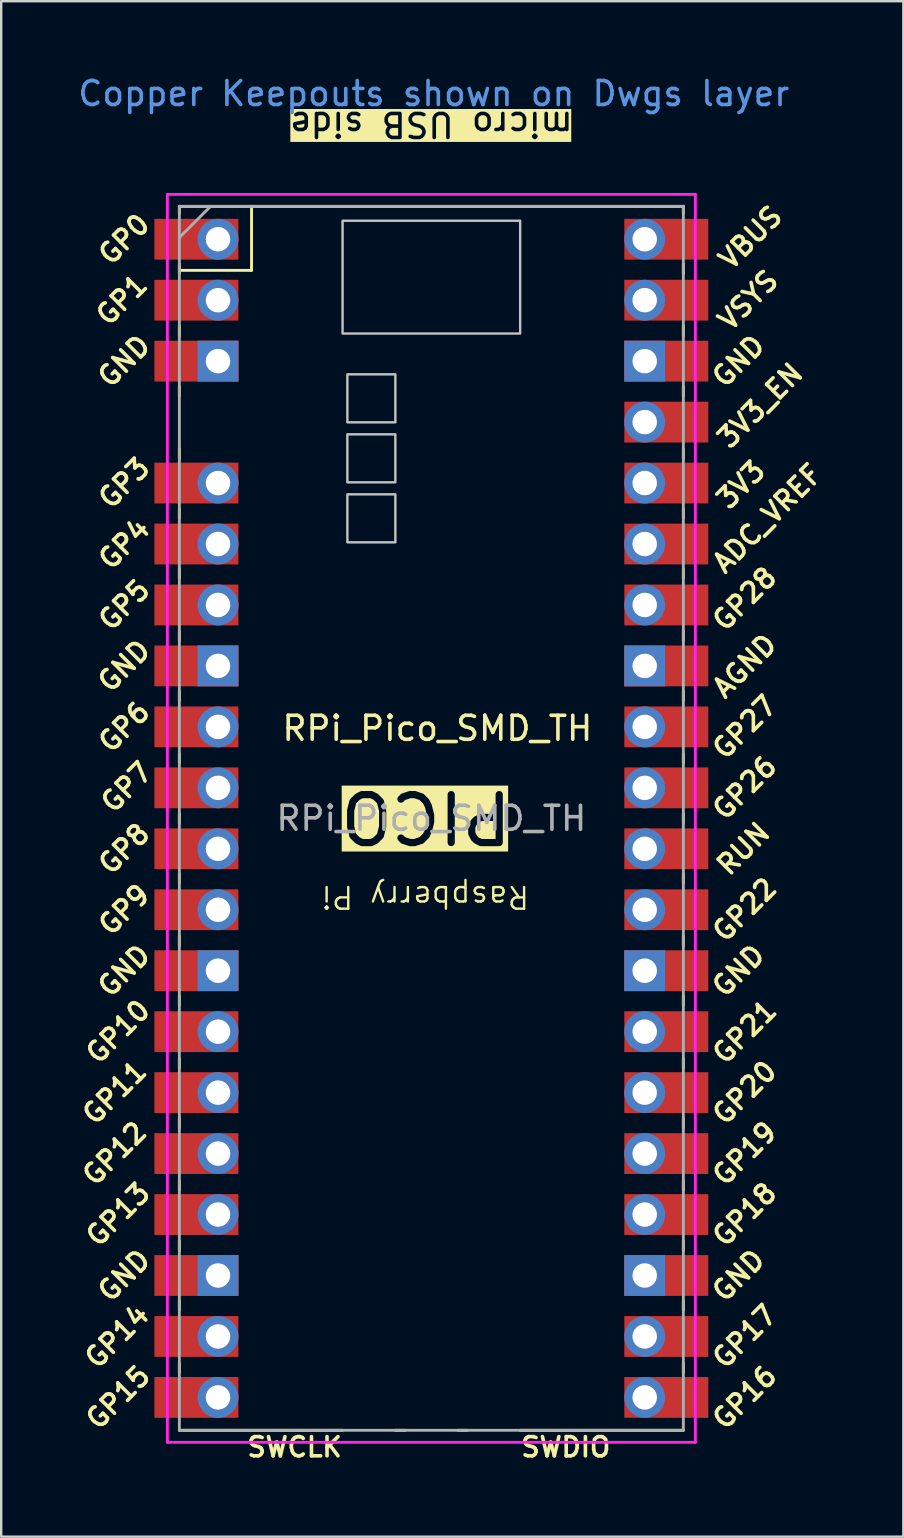
<source format=kicad_pcb>
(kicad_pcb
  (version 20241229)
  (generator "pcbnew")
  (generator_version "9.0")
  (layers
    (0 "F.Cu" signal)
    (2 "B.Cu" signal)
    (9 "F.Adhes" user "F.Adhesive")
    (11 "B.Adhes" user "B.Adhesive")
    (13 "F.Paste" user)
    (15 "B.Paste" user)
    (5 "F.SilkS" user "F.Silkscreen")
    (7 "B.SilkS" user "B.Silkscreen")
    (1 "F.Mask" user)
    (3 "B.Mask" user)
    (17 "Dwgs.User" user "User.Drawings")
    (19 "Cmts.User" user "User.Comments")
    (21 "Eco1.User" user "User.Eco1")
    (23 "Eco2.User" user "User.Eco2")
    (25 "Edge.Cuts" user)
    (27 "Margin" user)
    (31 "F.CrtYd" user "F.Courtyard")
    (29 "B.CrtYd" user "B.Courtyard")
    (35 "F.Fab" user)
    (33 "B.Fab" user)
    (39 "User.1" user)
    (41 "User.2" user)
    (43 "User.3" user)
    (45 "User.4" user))
  (footprint "RPi_Pico_SMD_TH"
    (layer "F.Cu")
    (at 14.924 31.048)
    (property "Reference" "RPi_Pico_SMD_TH" (at 0.25 -3.75 180) (layer "F.SilkS") (effects (font (size 1 1) (thickness 0.15))))
    (attr through_hole)
    (fp_line (start -10.5 -25.5) (end -10.5 -25.2) (stroke (width 0.12) (type solid)) (layer "F.SilkS"))
    (fp_line (start -10.5 -25.5) (end 10.5 -25.5) (stroke (width 0.12) (type solid)) (layer "F.SilkS"))
    (fp_line (start -10.5 -23.1) (end -10.5 -22.7) (stroke (width 0.12) (type solid)) (layer "F.SilkS"))
    (fp_line (start -10.5 -22.833) (end -7.493 -22.833) (stroke (width 0.12) (type solid)) (layer "F.SilkS"))
    (fp_line (start -10.5 -20.5) (end -10.5 -20.1) (stroke (width 0.12) (type solid)) (layer "F.SilkS"))
    (fp_line (start -10.5 -18) (end -10.5 -17.6) (stroke (width 0.12) (type solid)) (layer "F.SilkS"))
    (fp_line (start -10.5 -15.4) (end -10.5 -15) (stroke (width 0.12) (type solid)) (layer "F.SilkS"))
    (fp_line (start -10.5 -12.9) (end -10.5 -12.5) (stroke (width 0.12) (type solid)) (layer "F.SilkS"))
    (fp_line (start -10.5 -10.4) (end -10.5 -10) (stroke (width 0.12) (type solid)) (layer "F.SilkS"))
    (fp_line (start -10.5 -7.8) (end -10.5 -7.4) (stroke (width 0.12) (type solid)) (layer "F.SilkS"))
    (fp_line (start -10.5 -5.3) (end -10.5 -4.9) (stroke (width 0.12) (type solid)) (layer "F.SilkS"))
    (fp_line (start -10.5 -2.7) (end -10.5 -2.3) (stroke (width 0.12) (type solid)) (layer "F.SilkS"))
    (fp_line (start -10.5 -0.2) (end -10.5 0.2) (stroke (width 0.12) (type solid)) (layer "F.SilkS"))
    (fp_line (start -10.5 2.3) (end -10.5 2.7) (stroke (width 0.12) (type solid)) (layer "F.SilkS"))
    (fp_line (start -10.5 4.9) (end -10.5 5.3) (stroke (width 0.12) (type solid)) (layer "F.SilkS"))
    (fp_line (start -10.5 7.4) (end -10.5 7.8) (stroke (width 0.12) (type solid)) (layer "F.SilkS"))
    (fp_line (start -10.5 10) (end -10.5 10.4) (stroke (width 0.12) (type solid)) (layer "F.SilkS"))
    (fp_line (start -10.5 12.5) (end -10.5 12.9) (stroke (width 0.12) (type solid)) (layer "F.SilkS"))
    (fp_line (start -10.5 15.1) (end -10.5 15.5) (stroke (width 0.12) (type solid)) (layer "F.SilkS"))
    (fp_line (start -10.5 17.6) (end -10.5 18) (stroke (width 0.12) (type solid)) (layer "F.SilkS"))
    (fp_line (start -10.5 20.1) (end -10.5 20.5) (stroke (width 0.12) (type solid)) (layer "F.SilkS"))
    (fp_line (start -10.5 22.7) (end -10.5 23.1) (stroke (width 0.12) (type solid)) (layer "F.SilkS"))
    (fp_line (start -7.493 -22.833) (end -7.493 -25.5) (stroke (width 0.12) (type solid)) (layer "F.SilkS"))
    (fp_line (start -3.7 25.5) (end -10.5 25.5) (stroke (width 0.12) (type solid)) (layer "F.SilkS"))
    (fp_line (start -1.5 25.5) (end -1.1 25.5) (stroke (width 0.12) (type solid)) (layer "F.SilkS"))
    (fp_line (start 1.1 25.5) (end 1.5 25.5) (stroke (width 0.12) (type solid)) (layer "F.SilkS"))
    (fp_line (start 10.5 -25.5) (end 10.5 -25.2) (stroke (width 0.12) (type solid)) (layer "F.SilkS"))
    (fp_line (start 10.5 -23.1) (end 10.5 -22.7) (stroke (width 0.12) (type solid)) (layer "F.SilkS"))
    (fp_line (start 10.5 -20.5) (end 10.5 -20.1) (stroke (width 0.12) (type solid)) (layer "F.SilkS"))
    (fp_line (start 10.5 -18) (end 10.5 -17.6) (stroke (width 0.12) (type solid)) (layer "F.SilkS"))
    (fp_line (start 10.5 -15.4) (end 10.5 -15) (stroke (width 0.12) (type solid)) (layer "F.SilkS"))
    (fp_line (start 10.5 -12.9) (end 10.5 -12.5) (stroke (width 0.12) (type solid)) (layer "F.SilkS"))
    (fp_line (start 10.5 -10.4) (end 10.5 -10) (stroke (width 0.12) (type solid)) (layer "F.SilkS"))
    (fp_line (start 10.5 -7.8) (end 10.5 -7.4) (stroke (width 0.12) (type solid)) (layer "F.SilkS"))
    (fp_line (start 10.5 -5.3) (end 10.5 -4.9) (stroke (width 0.12) (type solid)) (layer "F.SilkS"))
    (fp_line (start 10.5 -2.7) (end 10.5 -2.3) (stroke (width 0.12) (type solid)) (layer "F.SilkS"))
    (fp_line (start 10.5 -0.2) (end 10.5 0.2) (stroke (width 0.12) (type solid)) (layer "F.SilkS"))
    (fp_line (start 10.5 2.3) (end 10.5 2.7) (stroke (width 0.12) (type solid)) (layer "F.SilkS"))
    (fp_line (start 10.5 4.9) (end 10.5 5.3) (stroke (width 0.12) (type solid)) (layer "F.SilkS"))
    (fp_line (start 10.5 7.4) (end 10.5 7.8) (stroke (width 0.12) (type solid)) (layer "F.SilkS"))
    (fp_line (start 10.5 10) (end 10.5 10.4) (stroke (width 0.12) (type solid)) (layer "F.SilkS"))
    (fp_line (start 10.5 12.5) (end 10.5 12.9) (stroke (width 0.12) (type solid)) (layer "F.SilkS"))
    (fp_line (start 10.5 15.1) (end 10.5 15.5) (stroke (width 0.12) (type solid)) (layer "F.SilkS"))
    (fp_line (start 10.5 17.6) (end 10.5 18) (stroke (width 0.12) (type solid)) (layer "F.SilkS"))
    (fp_line (start 10.5 20.1) (end 10.5 20.5) (stroke (width 0.12) (type solid)) (layer "F.SilkS"))
    (fp_line (start 10.5 22.7) (end 10.5 23.1) (stroke (width 0.12) (type solid)) (layer "F.SilkS"))
    (fp_line (start 10.5 25.5) (end 3.7 25.5) (stroke (width 0.12) (type solid)) (layer "F.SilkS"))
    (fp_poly (pts (xy -1.5 -16.5) (xy -3.5 -16.5) (xy -3.5 -18.5) (xy -1.5 -18.5)) (stroke (width 0.1) (type solid)) (fill no) (layer "Dwgs.User"))
    (fp_poly (pts (xy -1.5 -14) (xy -3.5 -14) (xy -3.5 -16) (xy -1.5 -16)) (stroke (width 0.1) (type solid)) (fill no) (layer "Dwgs.User"))
    (fp_poly (pts (xy -1.5 -11.5) (xy -3.5 -11.5) (xy -3.5 -13.5) (xy -1.5 -13.5)) (stroke (width 0.1) (type solid)) (fill no) (layer "Dwgs.User"))
    (fp_poly (pts (xy 3.7 -20.2) (xy -3.7 -20.2) (xy -3.7 -24.9) (xy 3.7 -24.9)) (stroke (width 0.1) (type solid)) (fill no) (layer "Dwgs.User"))
    (fp_line (start -11 -26) (end 11 -26) (stroke (width 0.12) (type solid)) (layer "F.CrtYd"))
    (fp_line (start -11 26) (end -11 -26) (stroke (width 0.12) (type solid)) (layer "F.CrtYd"))
    (fp_line (start 11 -26) (end 11 26) (stroke (width 0.12) (type solid)) (layer "F.CrtYd"))
    (fp_line (start 11 26) (end -11 26) (stroke (width 0.12) (type solid)) (layer "F.CrtYd"))
    (fp_line (start -10.5 -25.5) (end 10.5 -25.5) (stroke (width 0.12) (type solid)) (layer "F.Fab"))
    (fp_line (start -10.5 -24.2) (end -9.2 -25.5) (stroke (width 0.12) (type solid)) (layer "F.Fab"))
    (fp_line (start -10.5 25.5) (end -10.5 -25.5) (stroke (width 0.12) (type solid)) (layer "F.Fab"))
    (fp_line (start 10.5 -25.5) (end 10.5 25.5) (stroke (width 0.12) (type solid)) (layer "F.Fab"))
    (fp_line (start 10.5 25.5) (end -10.5 25.5) (stroke (width 0.12) (type solid)) (layer "F.Fab"))
    (fp_text user "GP26" (at 13.054 -1.27 45) (layer "F.SilkS") (effects (font (size 0.8 0.8) (thickness 0.15))))
    (fp_text user "GP15" (at -13.054 24.13 45) (layer "F.SilkS") (effects (font (size 0.8 0.8) (thickness 0.15))))
    (fp_text user "AGND" (at 13.054 -6.35 45) (layer "F.SilkS") (effects (font (size 0.8 0.8) (thickness 0.15))))
    (fp_text user "VBUS" (at 13.3 -24.2 45) (layer "F.SilkS") (effects (font (size 0.8 0.8) (thickness 0.15))))
    (fp_text user "Raspberry Pi" (at -0.25 2.75 180) (unlocked yes) (layer "F.SilkS") (effects (font (size 0.9 0.9) (thickness 0.1)) (justify bottom)))
    (fp_text user "GP11" (at -13.2 11.43 45) (layer "F.SilkS") (effects (font (size 0.8 0.8) (thickness 0.15))))
    (fp_text user "GP10" (at -13.054 8.89 45) (layer "F.SilkS") (effects (font (size 0.8 0.8) (thickness 0.15))))
    (fp_text user "GND" (at -12.8 -6.35 45) (layer "F.SilkS") (effects (font (size 0.8 0.8) (thickness 0.15))))
    (fp_text user "3V3_EN" (at 13.7 -17.2 45) (layer "F.SilkS") (effects (font (size 0.8 0.8) (thickness 0.15))))
    (fp_text user "GP27" (at 13.054 -3.8 45) (layer "F.SilkS") (effects (font (size 0.8 0.8) (thickness 0.15))))
    (fp_text user "VSYS" (at 13.2 -21.59 45) (layer "F.SilkS") (effects (font (size 0.8 0.8) (thickness 0.15))))
    (fp_text user "GP6" (at -12.8 -3.81 45) (layer "F.SilkS") (effects (font (size 0.8 0.8) (thickness 0.15))))
    (fp_text user "GP20" (at 13.054 11.43 45) (layer "F.SilkS") (effects (font (size 0.8 0.8) (thickness 0.15))))
    (fp_text user "GND" (at -12.8 -19.05 45) (layer "F.SilkS") (effects (font (size 0.8 0.8) (thickness 0.15))))
    (fp_text user "GP9" (at -12.8 3.81 45) (layer "F.SilkS") (effects (font (size 0.8 0.8) (thickness 0.15))))
    (fp_text user "PICO" (at 3.5 -1.25 180) (unlocked yes) (layer "F.SilkS" knockout) (effects (font (size 2 2) (thickness 0.3)) (justify left bottom)))
    (fp_text user "micro USB side" (at 0 -29.5 180) (unlocked yes) (layer "F.SilkS" knockout) (effects (font (size 1 1) (thickness 0.15)) (justify bottom)))
    (fp_text user "GP13" (at -13.054 16.51 45) (layer "F.SilkS") (effects (font (size 0.8 0.8) (thickness 0.15))))
    (fp_text user "GP8" (at -12.8 1.27 45) (layer "F.SilkS") (effects (font (size 0.8 0.8) (thickness 0.15))))
    (fp_text user "RUN" (at 13 1.27 45) (layer "F.SilkS") (effects (font (size 0.8 0.8) (thickness 0.15))))
    (fp_text user "ADC_VREF" (at 14 -12.5 45) (layer "F.SilkS") (effects (font (size 0.8 0.8) (thickness 0.15))))
    (fp_text user "GND" (at 12.8 6.35 45) (layer "F.SilkS") (effects (font (size 0.8 0.8) (thickness 0.15))))
    (fp_text user "GP7" (at -12.7 -1.3 45) (layer "F.SilkS") (effects (font (size 0.8 0.8) (thickness 0.15))))
    (fp_text user "GP17" (at 13.054 21.59 45) (layer "F.SilkS") (effects (font (size 0.8 0.8) (thickness 0.15))))
    (fp_text user "GP18" (at 13.054 16.51 45) (layer "F.SilkS") (effects (font (size 0.8 0.8) (thickness 0.15))))
    (fp_text user "GP14" (at -13.1 21.59 45) (layer "F.SilkS") (effects (font (size 0.8 0.8) (thickness 0.15))))
    (fp_text user "GND" (at -12.8 19.05 45) (layer "F.SilkS") (effects (font (size 0.8 0.8) (thickness 0.15))))
    (fp_text user "GP16" (at 13.054 24.13 45) (layer "F.SilkS") (effects (font (size 0.8 0.8) (thickness 0.15))))
    (fp_text user "GP21" (at 13.054 8.9 45) (layer "F.SilkS") (effects (font (size 0.8 0.8) (thickness 0.15))))
    (fp_text user "GND" (at -12.8 6.35 45) (layer "F.SilkS") (effects (font (size 0.8 0.8) (thickness 0.15))))
    (fp_text user "GP1" (at -12.9 -21.6 45) (layer "F.SilkS") (effects (font (size 0.8 0.8) (thickness 0.15))))
    (fp_text user "GP19" (at 13.054 13.97 45) (layer "F.SilkS") (effects (font (size 0.8 0.8) (thickness 0.15))))
    (fp_text user "GP3" (at -12.8 -13.97 45) (layer "F.SilkS") (effects (font (size 0.8 0.8) (thickness 0.15))))
    (fp_text user "GP0" (at -12.8 -24.13 45) (layer "F.SilkS") (effects (font (size 0.8 0.8) (thickness 0.15))))
    (fp_text user "GP5" (at -12.8 -8.89 45) (layer "F.SilkS") (effects (font (size 0.8 0.8) (thickness 0.15))))
    (fp_text user "3V3" (at 12.9 -13.9 45) (layer "F.SilkS") (effects (font (size 0.8 0.8) (thickness 0.15))))
    (fp_text user "GP12" (at -13.2 13.97 45) (layer "F.SilkS") (effects (font (size 0.8 0.8) (thickness 0.15))))
    (fp_text user "SWCLK" (at -5.7 26.2 0) (layer "F.SilkS") (effects (font (size 0.8 0.8) (thickness 0.15))))
    (fp_text user "GP28" (at 13.054 -9.144 45) (layer "F.SilkS") (effects (font (size 0.8 0.8) (thickness 0.15))))
    (fp_text user "SWDIO" (at 5.6 26.2 0) (layer "F.SilkS") (effects (font (size 0.8 0.8) (thickness 0.15))))
    (fp_text user "GP4" (at -12.8 -11.43 45) (layer "F.SilkS") (effects (font (size 0.8 0.8) (thickness 0.15))))
    (fp_text user "GND" (at 12.8 19.05 45) (layer "F.SilkS") (effects (font (size 0.8 0.8) (thickness 0.15))))
    (fp_text user "GND" (at 12.8 -19.05 45) (layer "F.SilkS") (effects (font (size 0.8 0.8) (thickness 0.15))))
    (fp_text user "GP22" (at 13.054 3.81 45) (layer "F.SilkS") (effects (font (size 0.8 0.8) (thickness 0.15))))
    (fp_text user "Copper Keepouts shown on Dwgs layer" (at 0.1 -30.2 0) (layer "Cmts.User") (effects (font (size 1 1) (thickness 0.15))))
    (fp_text user "${REFERENCE}" (at 0 0 180) (layer "F.Fab") (effects (font (size 1 1) (thickness 0.15))))
    (pad "1" thru_hole oval (at -8.89 -24.13) (size 1.7 1.7) (drill 1.02) (layers "*.Cu" "*.Mask"))
    (pad "1" smd rect (at -8.89 -24.13) (size 3.5 1.7) (drill (offset -0.9 0)) (layers "F.Cu" "F.Mask"))
    (pad "2" thru_hole oval (at -8.89 -21.59) (size 1.7 1.7) (drill 1.02) (layers "*.Cu" "*.Mask"))
    (pad "2" smd rect (at -8.89 -21.59) (size 3.5 1.7) (drill (offset -0.9 0)) (layers "F.Cu" "F.Mask"))
    (pad "3" thru_hole rect (at -8.89 -19.05) (size 1.7 1.7) (drill 1.02) (layers "*.Cu" "*.Mask"))
    (pad "3" smd rect (at -8.89 -19.05) (size 3.5 1.7) (drill (offset -0.9 0)) (layers "F.Cu" "F.Mask"))
    (pad "5" thru_hole oval (at -8.89 -13.97) (size 1.7 1.7) (drill 1.02) (layers "*.Cu" "*.Mask"))
    (pad "5" smd rect (at -8.89 -13.97) (size 3.5 1.7) (drill (offset -0.9 0)) (layers "F.Cu" "F.Mask"))
    (pad "6" thru_hole oval (at -8.89 -11.43) (size 1.7 1.7) (drill 1.02) (layers "*.Cu" "*.Mask"))
    (pad "6" smd rect (at -8.89 -11.43) (size 3.5 1.7) (drill (offset -0.9 0)) (layers "F.Cu" "F.Mask"))
    (pad "7" thru_hole oval (at -8.89 -8.89) (size 1.7 1.7) (drill 1.02) (layers "*.Cu" "*.Mask"))
    (pad "7" smd rect (at -8.89 -8.89) (size 3.5 1.7) (drill (offset -0.9 0)) (layers "F.Cu" "F.Mask"))
    (pad "8" thru_hole rect (at -8.89 -6.35) (size 1.7 1.7) (drill 1.02) (layers "*.Cu" "*.Mask"))
    (pad "8" smd rect (at -8.89 -6.35) (size 3.5 1.7) (drill (offset -0.9 0)) (layers "F.Cu" "F.Mask"))
    (pad "9" thru_hole oval (at -8.89 -3.81) (size 1.7 1.7) (drill 1.02) (layers "*.Cu" "*.Mask"))
    (pad "9" smd rect (at -8.89 -3.81) (size 3.5 1.7) (drill (offset -0.9 0)) (layers "F.Cu" "F.Mask"))
    (pad "10" thru_hole oval (at -8.89 -1.27) (size 1.7 1.7) (drill 1.02) (layers "*.Cu" "*.Mask"))
    (pad "10" smd rect (at -8.89 -1.27) (size 3.5 1.7) (drill (offset -0.9 0)) (layers "F.Cu" "F.Mask"))
    (pad "11" thru_hole oval (at -8.89 1.27) (size 1.7 1.7) (drill 1.02) (layers "*.Cu" "*.Mask"))
    (pad "11" smd rect (at -8.89 1.27) (size 3.5 1.7) (drill (offset -0.9 0)) (layers "F.Cu" "F.Mask"))
    (pad "12" thru_hole oval (at -8.89 3.81) (size 1.7 1.7) (drill 1.02) (layers "*.Cu" "*.Mask"))
    (pad "12" smd rect (at -8.89 3.81) (size 3.5 1.7) (drill (offset -0.9 0)) (layers "F.Cu" "F.Mask"))
    (pad "13" thru_hole rect (at -8.89 6.35) (size 1.7 1.7) (drill 1.02) (layers "*.Cu" "*.Mask"))
    (pad "13" smd rect (at -8.89 6.35) (size 3.5 1.7) (drill (offset -0.9 0)) (layers "F.Cu" "F.Mask"))
    (pad "14" thru_hole oval (at -8.89 8.89) (size 1.7 1.7) (drill 1.02) (layers "*.Cu" "*.Mask"))
    (pad "14" smd rect (at -8.89 8.89) (size 3.5 1.7) (drill (offset -0.9 0)) (layers "F.Cu" "F.Mask"))
    (pad "15" thru_hole oval (at -8.89 11.43) (size 1.7 1.7) (drill 1.02) (layers "*.Cu" "*.Mask"))
    (pad "15" smd rect (at -8.89 11.43) (size 3.5 1.7) (drill (offset -0.9 0)) (layers "F.Cu" "F.Mask"))
    (pad "16" thru_hole oval (at -8.89 13.97) (size 1.7 1.7) (drill 1.02) (layers "*.Cu" "*.Mask"))
    (pad "16" smd rect (at -8.89 13.97) (size 3.5 1.7) (drill (offset -0.9 0)) (layers "F.Cu" "F.Mask"))
    (pad "17" thru_hole oval (at -8.89 16.51) (size 1.7 1.7) (drill 1.02) (layers "*.Cu" "*.Mask"))
    (pad "17" smd rect (at -8.89 16.51) (size 3.5 1.7) (drill (offset -0.9 0)) (layers "F.Cu" "F.Mask"))
    (pad "18" thru_hole rect (at -8.89 19.05) (size 1.7 1.7) (drill 1.02) (layers "*.Cu" "*.Mask"))
    (pad "18" smd rect (at -8.89 19.05) (size 3.5 1.7) (drill (offset -0.9 0)) (layers "F.Cu" "F.Mask"))
    (pad "19" thru_hole oval (at -8.89 21.59) (size 1.7 1.7) (drill 1.02) (layers "*.Cu" "*.Mask"))
    (pad "19" smd rect (at -8.89 21.59) (size 3.5 1.7) (drill (offset -0.9 0)) (layers "F.Cu" "F.Mask"))
    (pad "20" thru_hole oval (at -8.89 24.13) (size 1.7 1.7) (drill 1.02) (layers "*.Cu" "*.Mask"))
    (pad "20" smd rect (at -8.89 24.13) (size 3.5 1.7) (drill (offset -0.9 0)) (layers "F.Cu" "F.Mask"))
    (pad "21" thru_hole oval (at 8.89 24.13) (size 1.7 1.7) (drill 1.02) (layers "*.Cu" "*.Mask"))
    (pad "21" smd rect (at 8.89 24.13) (size 3.5 1.7) (drill (offset 0.9 0)) (layers "F.Cu" "F.Mask"))
    (pad "22" thru_hole oval (at 8.89 21.59) (size 1.7 1.7) (drill 1.02) (layers "*.Cu" "*.Mask"))
    (pad "22" smd rect (at 8.89 21.59) (size 3.5 1.7) (drill (offset 0.9 0)) (layers "F.Cu" "F.Mask"))
    (pad "23" thru_hole rect (at 8.89 19.05) (size 1.7 1.7) (drill 1.02) (layers "*.Cu" "*.Mask"))
    (pad "23" smd rect (at 8.89 19.05) (size 3.5 1.7) (drill (offset 0.9 0)) (layers "F.Cu" "F.Mask"))
    (pad "24" thru_hole oval (at 8.89 16.51) (size 1.7 1.7) (drill 1.02) (layers "*.Cu" "*.Mask"))
    (pad "24" smd rect (at 8.89 16.51) (size 3.5 1.7) (drill (offset 0.9 0)) (layers "F.Cu" "F.Mask"))
    (pad "25" thru_hole oval (at 8.89 13.97) (size 1.7 1.7) (drill 1.02) (layers "*.Cu" "*.Mask"))
    (pad "25" smd rect (at 8.89 13.97) (size 3.5 1.7) (drill (offset 0.9 0)) (layers "F.Cu" "F.Mask"))
    (pad "26" thru_hole oval (at 8.89 11.43) (size 1.7 1.7) (drill 1.02) (layers "*.Cu" "*.Mask"))
    (pad "26" smd rect (at 8.89 11.43) (size 3.5 1.7) (drill (offset 0.9 0)) (layers "F.Cu" "F.Mask"))
    (pad "27" thru_hole oval (at 8.89 8.89) (size 1.7 1.7) (drill 1.02) (layers "*.Cu" "*.Mask"))
    (pad "27" smd rect (at 8.89 8.89) (size 3.5 1.7) (drill (offset 0.9 0)) (layers "F.Cu" "F.Mask"))
    (pad "28" thru_hole rect (at 8.89 6.35) (size 1.7 1.7) (drill 1.02) (layers "*.Cu" "*.Mask"))
    (pad "28" smd rect (at 8.89 6.35) (size 3.5 1.7) (drill (offset 0.9 0)) (layers "F.Cu" "F.Mask"))
    (pad "29" thru_hole oval (at 8.89 3.81) (size 1.7 1.7) (drill 1.02) (layers "*.Cu" "*.Mask"))
    (pad "29" smd rect (at 8.89 3.81) (size 3.5 1.7) (drill (offset 0.9 0)) (layers "F.Cu" "F.Mask"))
    (pad "30" thru_hole oval (at 8.89 1.27) (size 1.7 1.7) (drill 1.02) (layers "*.Cu" "*.Mask"))
    (pad "30" smd rect (at 8.89 1.27) (size 3.5 1.7) (drill (offset 0.9 0)) (layers "F.Cu" "F.Mask"))
    (pad "31" thru_hole oval (at 8.89 -1.27) (size 1.7 1.7) (drill 1.02) (layers "*.Cu" "*.Mask"))
    (pad "31" smd rect (at 8.89 -1.27) (size 3.5 1.7) (drill (offset 0.9 0)) (layers "F.Cu" "F.Mask"))
    (pad "32" thru_hole oval (at 8.89 -3.81) (size 1.7 1.7) (drill 1.02) (layers "*.Cu" "*.Mask"))
    (pad "32" smd rect (at 8.89 -3.81) (size 3.5 1.7) (drill (offset 0.9 0)) (layers "F.Cu" "F.Mask"))
    (pad "33" thru_hole rect (at 8.89 -6.35) (size 1.7 1.7) (drill 1.02) (layers "*.Cu" "*.Mask"))
    (pad "33" smd rect (at 8.89 -6.35) (size 3.5 1.7) (drill (offset 0.9 0)) (layers "F.Cu" "F.Mask"))
    (pad "34" thru_hole oval (at 8.89 -8.89) (size 1.7 1.7) (drill 1.02) (layers "*.Cu" "*.Mask"))
    (pad "34" smd rect (at 8.89 -8.89) (size 3.5 1.7) (drill (offset 0.9 0)) (layers "F.Cu" "F.Mask"))
    (pad "35" thru_hole oval (at 8.89 -11.43) (size 1.7 1.7) (drill 1.02) (layers "*.Cu" "*.Mask"))
    (pad "35" smd rect (at 8.89 -11.43) (size 3.5 1.7) (drill (offset 0.9 0)) (layers "F.Cu" "F.Mask"))
    (pad "36" thru_hole oval (at 8.89 -13.97) (size 1.7 1.7) (drill 1.02) (layers "*.Cu" "*.Mask"))
    (pad "36" smd rect (at 8.89 -13.97) (size 3.5 1.7) (drill (offset 0.9 0)) (layers "F.Cu" "F.Mask"))
    (pad "37" thru_hole oval (at 8.89 -16.51) (size 1.7 1.7) (drill 1.02) (layers "*.Cu" "*.Mask"))
    (pad "37" smd rect (at 8.89 -16.51) (size 3.5 1.7) (drill (offset 0.9 0)) (layers "F.Cu" "F.Mask"))
    (pad "38" thru_hole rect (at 8.89 -19.05) (size 1.7 1.7) (drill 1.02) (layers "*.Cu" "*.Mask"))
    (pad "38" smd rect (at 8.89 -19.05) (size 3.5 1.7) (drill (offset 0.9 0)) (layers "F.Cu" "F.Mask"))
    (pad "39" thru_hole oval (at 8.89 -21.59) (size 1.7 1.7) (drill 1.02) (layers "*.Cu" "*.Mask"))
    (pad "39" smd rect (at 8.89 -21.59) (size 3.5 1.7) (drill (offset 0.9 0)) (layers "F.Cu" "F.Mask"))
    (pad "40" thru_hole oval (at 8.89 -24.13) (size 1.7 1.7) (drill 1.02) (layers "*.Cu" "*.Mask"))
    (pad "40" smd rect (at 8.89 -24.13) (size 3.5 1.7) (drill (offset 0.9 0)) (layers "F.Cu" "F.Mask")))
  (gr_rect
    (start -3 -3)
    (end 34.591 60.98)
    (stroke (width 0.1) (type default))
    (fill no)
    (layer "Edge.Cuts")))
</source>
